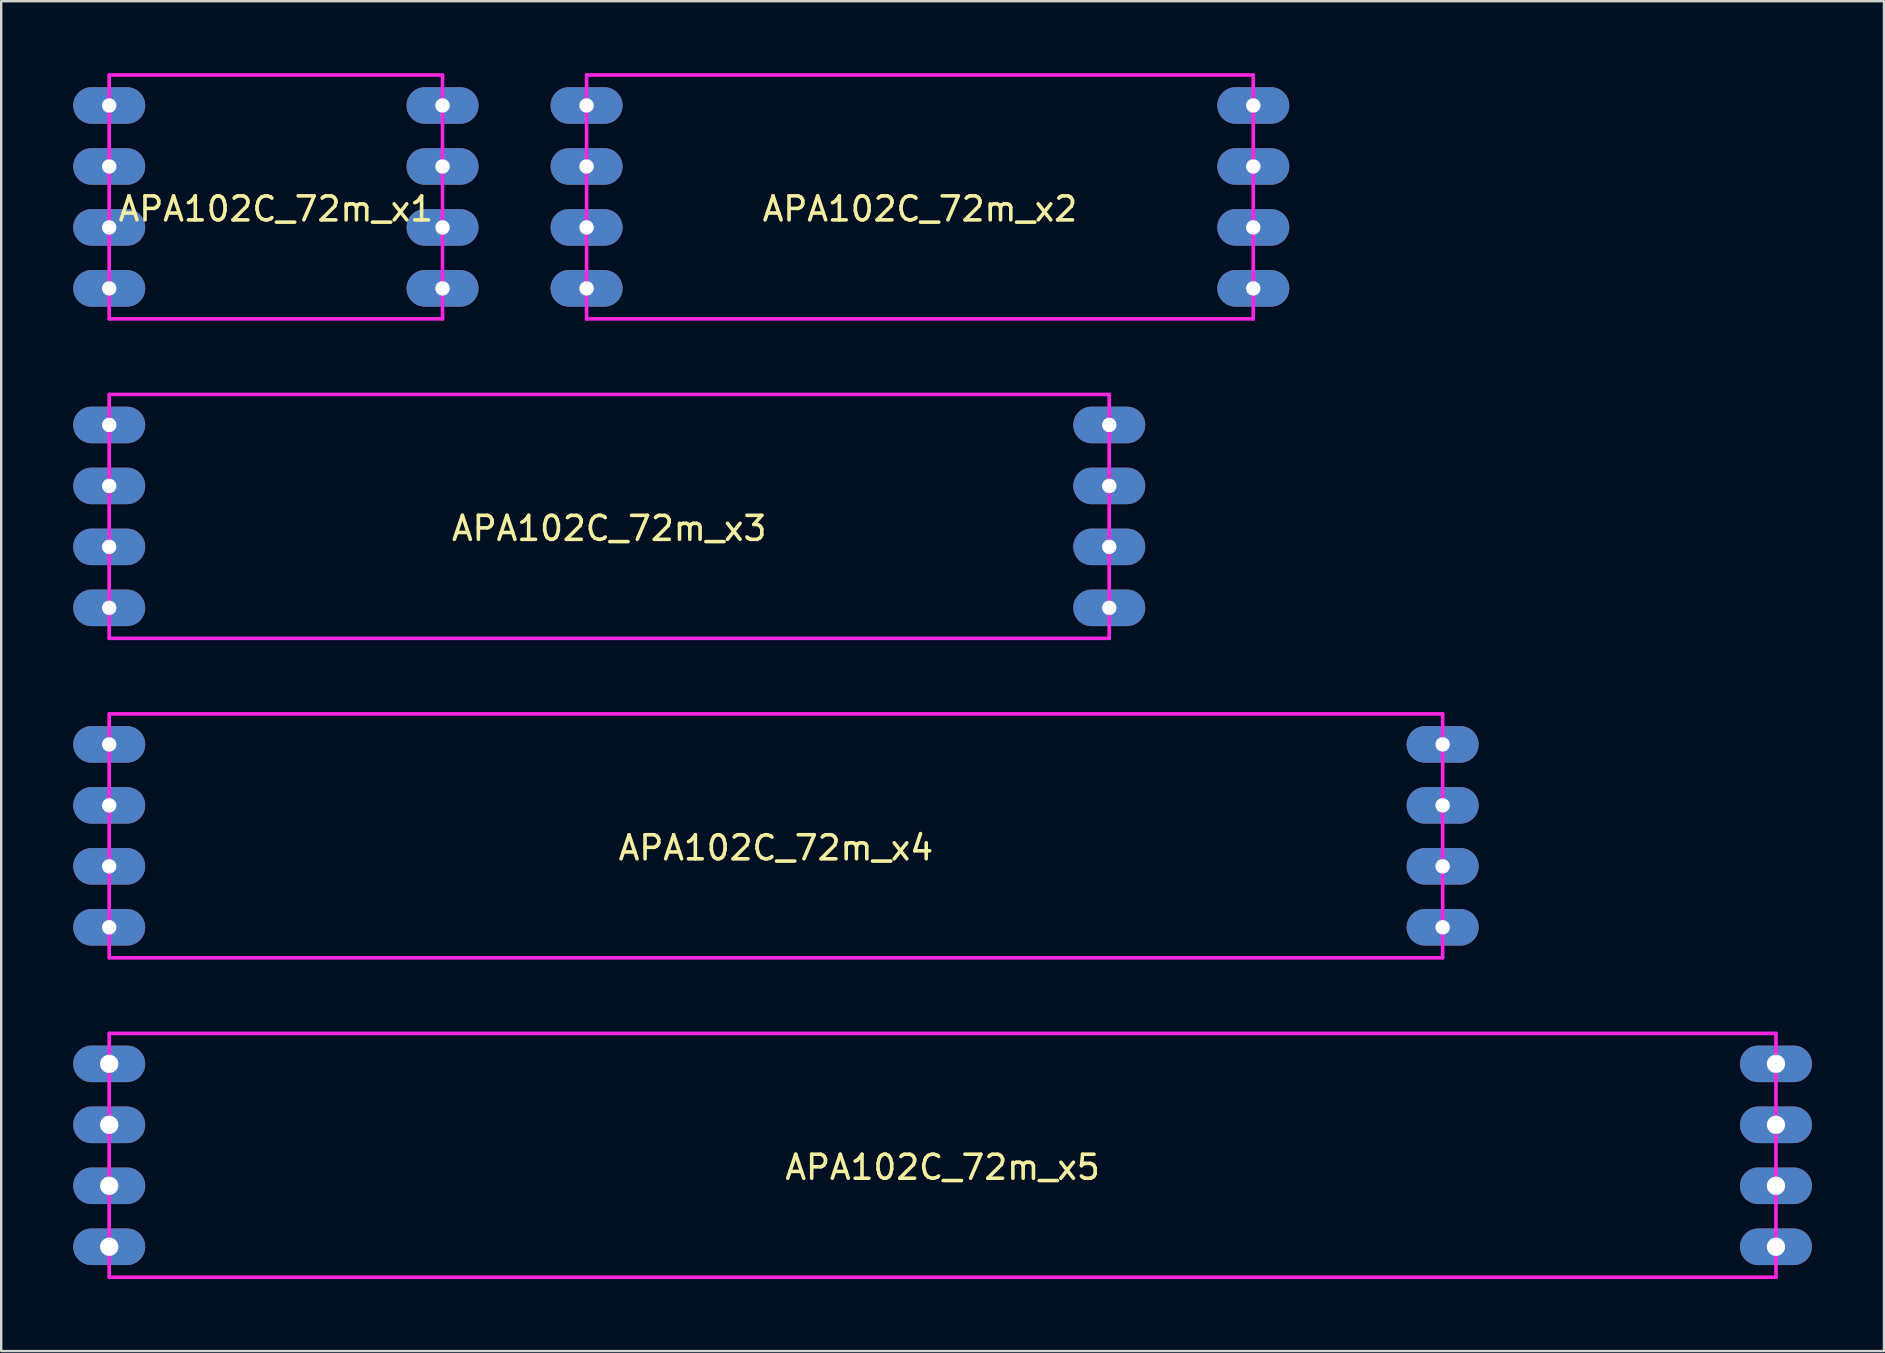
<source format=kicad_pcb>
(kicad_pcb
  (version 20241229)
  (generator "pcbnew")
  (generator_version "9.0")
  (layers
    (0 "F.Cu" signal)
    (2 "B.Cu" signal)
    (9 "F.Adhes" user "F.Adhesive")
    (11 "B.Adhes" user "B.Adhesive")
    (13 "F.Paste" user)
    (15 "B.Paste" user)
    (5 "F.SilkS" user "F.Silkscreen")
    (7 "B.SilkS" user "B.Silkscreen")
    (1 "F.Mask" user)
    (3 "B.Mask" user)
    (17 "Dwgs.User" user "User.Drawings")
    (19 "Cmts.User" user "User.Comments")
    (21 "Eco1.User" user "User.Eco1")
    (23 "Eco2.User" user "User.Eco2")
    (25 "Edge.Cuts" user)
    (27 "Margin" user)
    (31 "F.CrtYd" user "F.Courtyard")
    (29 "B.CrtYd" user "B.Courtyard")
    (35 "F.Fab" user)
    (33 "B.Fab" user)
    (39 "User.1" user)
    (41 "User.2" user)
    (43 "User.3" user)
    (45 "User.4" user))
  (footprint "APA102C_72m_x4"
    (layer "F.Cu")
    (at 29.278 31.775)
    (property "Reference" "APA102C_72m_x4" (at 0 0.5 0) (layer "F.SilkS") (effects (font (size 1 1) (thickness 0.15))))
    (attr through_hole)
    (fp_line (start -27.778 -5.08) (end -27.778 5.08) (stroke (width 0.15) (type solid)) (layer "F.CrtYd"))
    (fp_line (start -27.778 5.08) (end 27.778 5.08) (stroke (width 0.15) (type solid)) (layer "F.CrtYd"))
    (fp_line (start 27.778 -5.08) (end -27.778 -5.08) (stroke (width 0.15) (type solid)) (layer "F.CrtYd"))
    (fp_line (start 27.778 5.08) (end 27.778 -5.08) (stroke (width 0.15) (type solid)) (layer "F.CrtYd"))
    (pad "1" thru_hole oval (at -27.778 -3.81) (size 3 1.524) (drill 0.6) (layers "*.Cu" "*.Mask"))
    (pad "2" thru_hole oval (at -27.778 -1.27) (size 3 1.524) (drill 0.6) (layers "*.Cu" "*.Mask"))
    (pad "3" thru_hole oval (at -27.778 1.27) (size 3 1.524) (drill 0.6) (layers "*.Cu" "*.Mask"))
    (pad "4" thru_hole oval (at -27.778 3.81) (size 3 1.524) (drill 0.6) (layers "*.Cu" "*.Mask"))
    (pad "5" thru_hole oval (at 27.778 -3.81) (size 3 1.524) (drill 0.6) (layers "*.Cu" "*.Mask"))
    (pad "6" thru_hole oval (at 27.778 -1.27) (size 3 1.524) (drill 0.6) (layers "*.Cu" "*.Mask"))
    (pad "7" thru_hole oval (at 27.778 1.27) (size 3 1.524) (drill 0.6) (layers "*.Cu" "*.Mask"))
    (pad "8" thru_hole oval (at 27.778 3.81) (size 3 1.524) (drill 0.6) (layers "*.Cu" "*.Mask")))
  (footprint "APA102C_72m_x2"
    (layer "F.Cu")
    (at 35.278 5.155)
    (property "Reference" "APA102C_72m_x2" (at 0 0.5 0) (layer "F.SilkS") (effects (font (size 1 1) (thickness 0.15))))
    (attr through_hole)
    (fp_line (start -13.889 -5.08) (end -13.889 5.08) (stroke (width 0.15) (type solid)) (layer "F.CrtYd"))
    (fp_line (start -13.889 5.08) (end 13.889 5.08) (stroke (width 0.15) (type solid)) (layer "F.CrtYd"))
    (fp_line (start 13.889 -5.08) (end -13.889 -5.08) (stroke (width 0.15) (type solid)) (layer "F.CrtYd"))
    (fp_line (start 13.889 5.08) (end 13.889 -5.08) (stroke (width 0.15) (type solid)) (layer "F.CrtYd"))
    (pad "1" thru_hole oval (at -13.889 -3.81) (size 3 1.524) (drill 0.6) (layers "*.Cu" "*.Mask"))
    (pad "2" thru_hole oval (at -13.889 -1.27) (size 3 1.524) (drill 0.6) (layers "*.Cu" "*.Mask"))
    (pad "3" thru_hole oval (at -13.889 1.27) (size 3 1.524) (drill 0.6) (layers "*.Cu" "*.Mask"))
    (pad "4" thru_hole oval (at -13.889 3.81) (size 3 1.524) (drill 0.6) (layers "*.Cu" "*.Mask"))
    (pad "5" thru_hole oval (at 13.889 -3.81) (size 3 1.524) (drill 0.6) (layers "*.Cu" "*.Mask"))
    (pad "6" thru_hole oval (at 13.889 -1.27) (size 3 1.524) (drill 0.6) (layers "*.Cu" "*.Mask"))
    (pad "7" thru_hole oval (at 13.889 1.27) (size 3 1.524) (drill 0.6) (layers "*.Cu" "*.Mask"))
    (pad "8" thru_hole oval (at 13.889 3.81) (size 3 1.524) (drill 0.6) (layers "*.Cu" "*.Mask")))
  (footprint "APA102C_72m_x1"
    (layer "F.Cu")
    (at 8.444 5.155)
    (property "Reference" "APA102C_72m_x1" (at 0 0.5 0) (layer "F.SilkS") (effects (font (size 1 1) (thickness 0.15))))
    (attr through_hole)
    (fp_line (start -6.944 -5.08) (end -6.944 5.08) (stroke (width 0.15) (type solid)) (layer "F.CrtYd"))
    (fp_line (start -6.944 5.08) (end 6.944 5.08) (stroke (width 0.15) (type solid)) (layer "F.CrtYd"))
    (fp_line (start 6.944 -5.08) (end -6.944 -5.08) (stroke (width 0.15) (type solid)) (layer "F.CrtYd"))
    (fp_line (start 6.944 5.08) (end 6.944 -5.08) (stroke (width 0.15) (type solid)) (layer "F.CrtYd"))
    (pad "1" thru_hole oval (at -6.944 -3.81) (size 3 1.524) (drill 0.6) (layers "*.Cu" "*.Mask"))
    (pad "2" thru_hole oval (at -6.944 -1.27) (size 3 1.524) (drill 0.6) (layers "*.Cu" "*.Mask"))
    (pad "3" thru_hole oval (at -6.944 1.27) (size 3 1.524) (drill 0.6) (layers "*.Cu" "*.Mask"))
    (pad "4" thru_hole oval (at -6.944 3.81) (size 3 1.524) (drill 0.6) (layers "*.Cu" "*.Mask"))
    (pad "5" thru_hole oval (at 6.944 -3.81) (size 3 1.524) (drill 0.6) (layers "*.Cu" "*.Mask"))
    (pad "6" thru_hole oval (at 6.944 -1.27) (size 3 1.524) (drill 0.6) (layers "*.Cu" "*.Mask"))
    (pad "7" thru_hole oval (at 6.944 1.27) (size 3 1.524) (drill 0.6) (layers "*.Cu" "*.Mask"))
    (pad "8" thru_hole oval (at 6.944 3.81) (size 3 1.524) (drill 0.6) (layers "*.Cu" "*.Mask")))
  (footprint "APA102C_72m_x3"
    (layer "F.Cu")
    (at 22.333 18.465)
    (property "Reference" "APA102C_72m_x3" (at 0 0.5 0) (layer "F.SilkS") (effects (font (size 1 1) (thickness 0.15))))
    (attr through_hole)
    (fp_line (start -20.833 -5.08) (end -20.833 5.08) (stroke (width 0.15) (type solid)) (layer "F.CrtYd"))
    (fp_line (start -20.833 5.08) (end 20.833 5.08) (stroke (width 0.15) (type solid)) (layer "F.CrtYd"))
    (fp_line (start 20.833 -5.08) (end -20.833 -5.08) (stroke (width 0.15) (type solid)) (layer "F.CrtYd"))
    (fp_line (start 20.833 5.08) (end 20.833 -5.08) (stroke (width 0.15) (type solid)) (layer "F.CrtYd"))
    (pad "1" thru_hole oval (at -20.833 -3.81) (size 3 1.524) (drill 0.6) (layers "*.Cu" "*.Mask"))
    (pad "2" thru_hole oval (at -20.833 -1.27) (size 3 1.524) (drill 0.6) (layers "*.Cu" "*.Mask"))
    (pad "3" thru_hole oval (at -20.833 1.27) (size 3 1.524) (drill 0.6) (layers "*.Cu" "*.Mask"))
    (pad "4" thru_hole oval (at -20.833 3.81) (size 3 1.524) (drill 0.6) (layers "*.Cu" "*.Mask"))
    (pad "5" thru_hole oval (at 20.833 -3.81) (size 3 1.524) (drill 0.6) (layers "*.Cu" "*.Mask"))
    (pad "6" thru_hole oval (at 20.833 -1.27) (size 3 1.524) (drill 0.6) (layers "*.Cu" "*.Mask"))
    (pad "7" thru_hole oval (at 20.833 1.27) (size 3 1.524) (drill 0.6) (layers "*.Cu" "*.Mask"))
    (pad "8" thru_hole oval (at 20.833 3.81) (size 3 1.524) (drill 0.6) (layers "*.Cu" "*.Mask")))
  (footprint "APA102C_72m_x5"
    (layer "F.Cu")
    (at 36.222 45.085)
    (property "Reference" "APA102C_72m_x5" (at 0 0.5 0) (layer "F.SilkS") (effects (font (size 1 1) (thickness 0.15))))
    (attr through_hole)
    (fp_line (start -34.722 -5.08) (end -34.722 5.08) (stroke (width 0.15) (type solid)) (layer "F.CrtYd"))
    (fp_line (start -34.722 5.08) (end 34.722 5.08) (stroke (width 0.15) (type solid)) (layer "F.CrtYd"))
    (fp_line (start 34.722 -5.08) (end -34.722 -5.08) (stroke (width 0.15) (type solid)) (layer "F.CrtYd"))
    (fp_line (start 34.722 5.08) (end 34.722 -5.08) (stroke (width 0.15) (type solid)) (layer "F.CrtYd"))
    (pad "1" thru_hole oval (at -34.722 -3.81) (size 3 1.524) (drill 0.762) (layers "*.Cu" "*.Mask"))
    (pad "2" thru_hole oval (at -34.722 -1.27) (size 3 1.524) (drill 0.762) (layers "*.Cu" "*.Mask"))
    (pad "3" thru_hole oval (at -34.722 1.27) (size 3 1.524) (drill 0.762) (layers "*.Cu" "*.Mask"))
    (pad "4" thru_hole oval (at -34.722 3.81) (size 3 1.524) (drill 0.762) (layers "*.Cu" "*.Mask"))
    (pad "5" thru_hole oval (at 34.722 -3.81) (size 3 1.524) (drill 0.762) (layers "*.Cu" "*.Mask"))
    (pad "6" thru_hole oval (at 34.722 -1.27) (size 3 1.524) (drill 0.762) (layers "*.Cu" "*.Mask"))
    (pad "7" thru_hole oval (at 34.722 1.27) (size 3 1.524) (drill 0.762) (layers "*.Cu" "*.Mask"))
    (pad "8" thru_hole oval (at 34.722 3.81) (size 3 1.524) (drill 0.762) (layers "*.Cu" "*.Mask")))
  (gr_rect
    (start -3 -3)
    (end 75.444 53.24)
    (stroke (width 0.1) (type default))
    (fill no)
    (layer "Edge.Cuts")))
</source>
